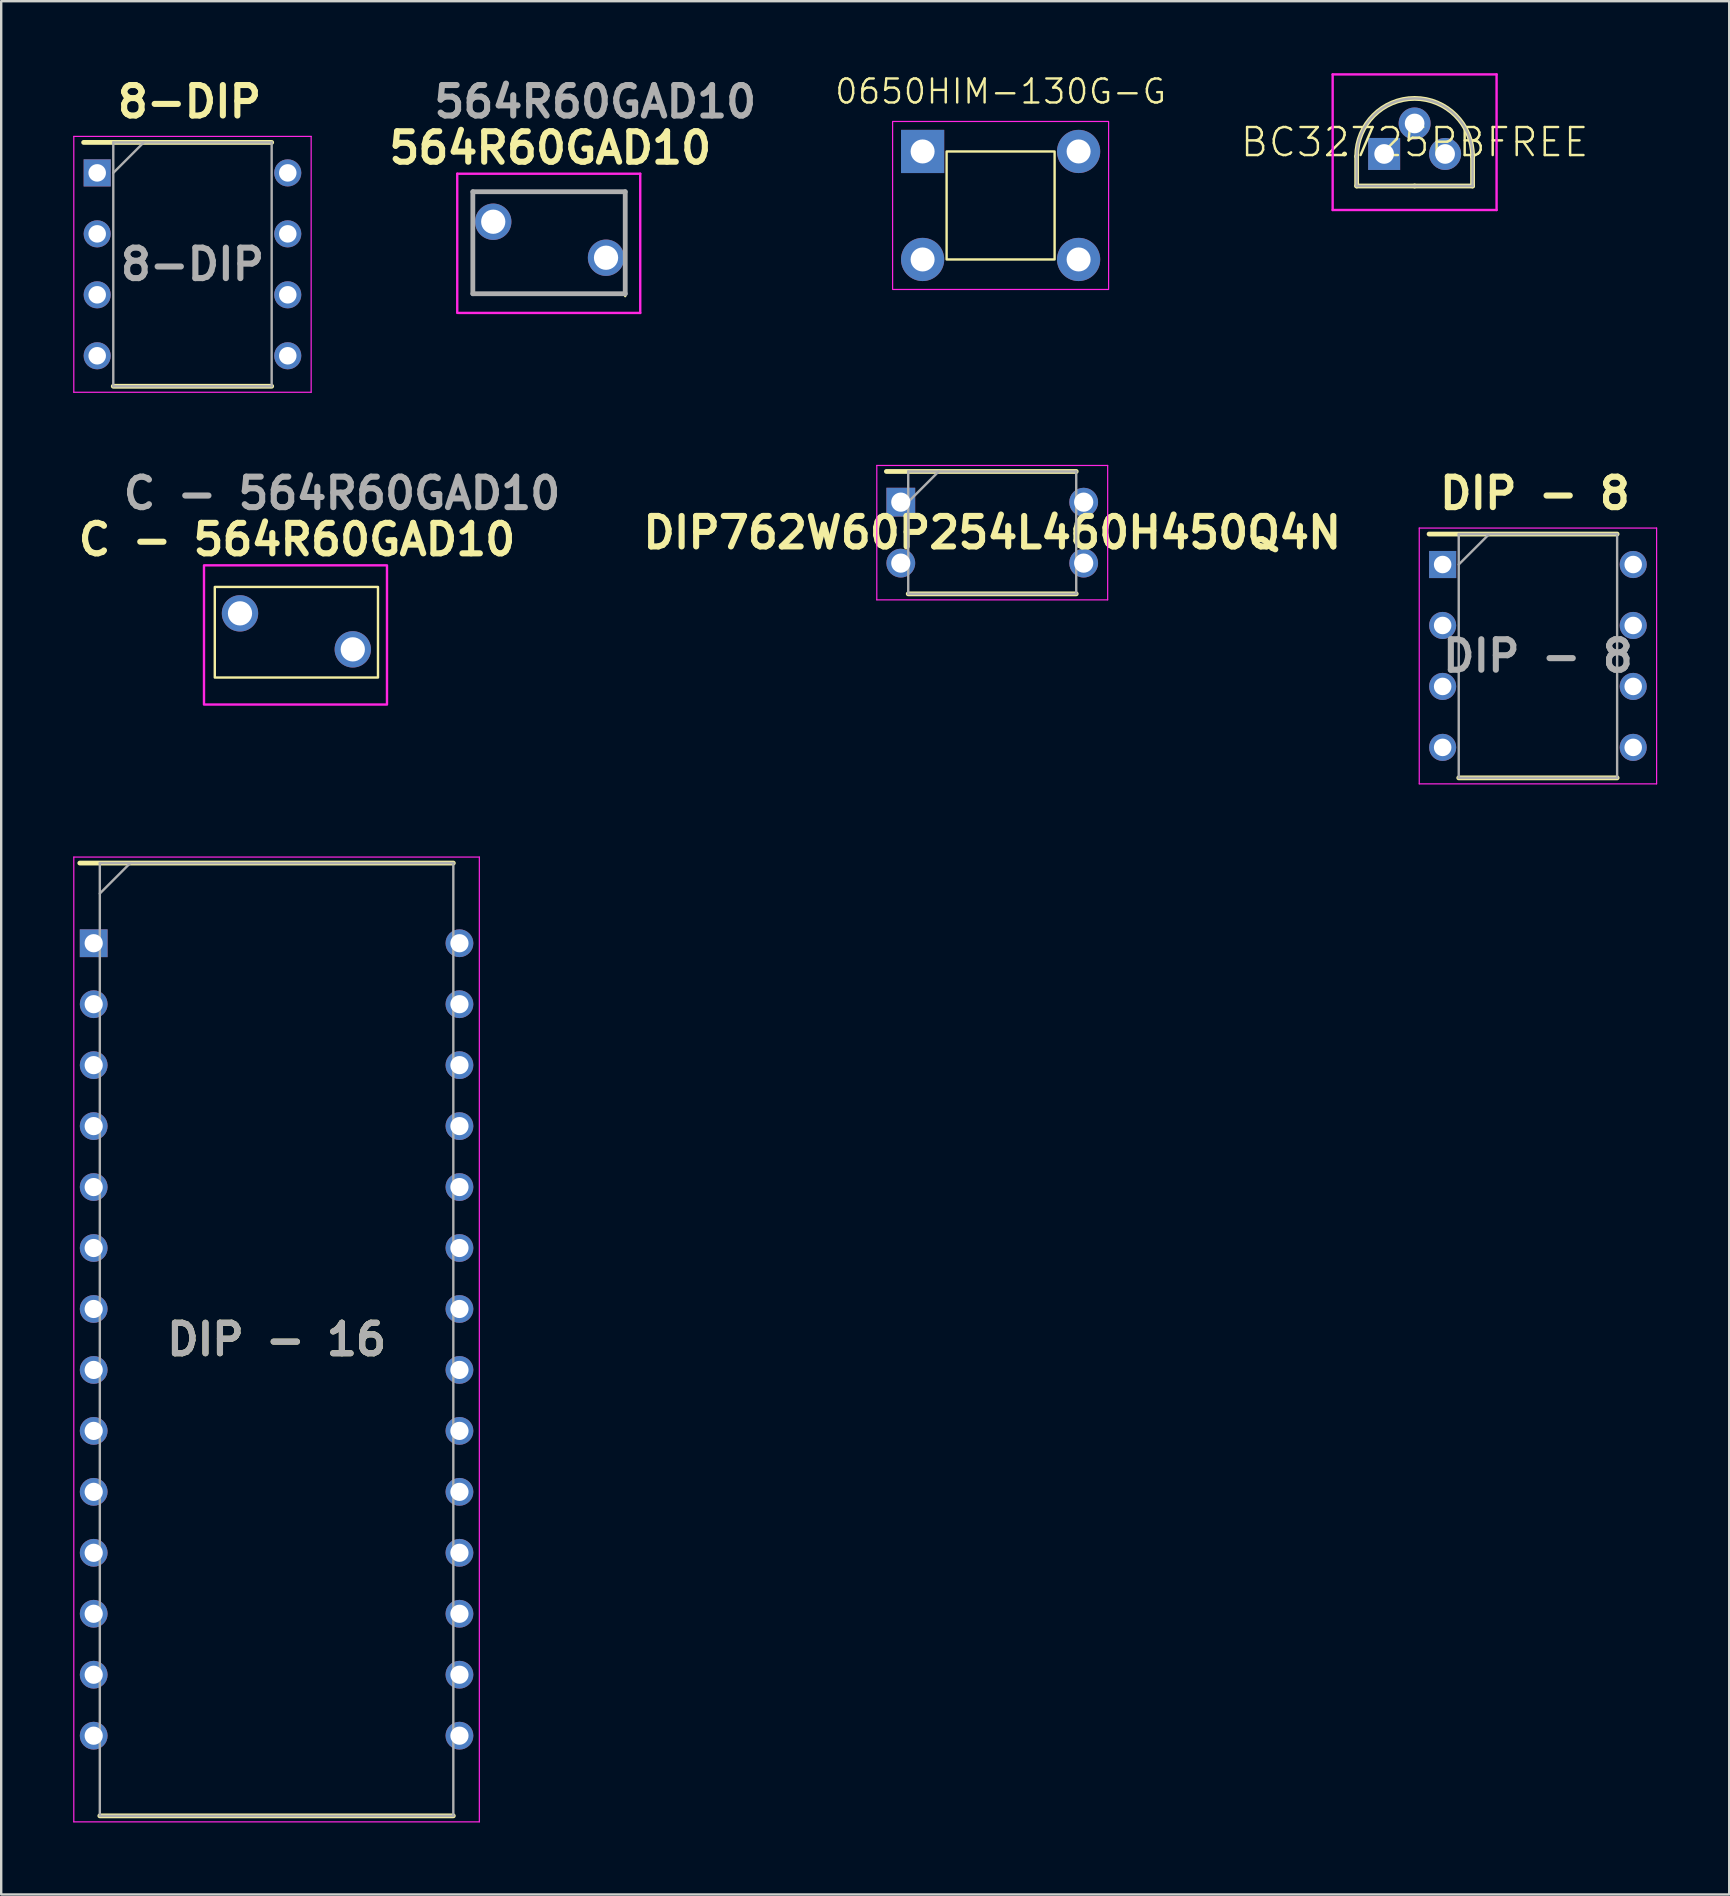
<source format=kicad_pcb>
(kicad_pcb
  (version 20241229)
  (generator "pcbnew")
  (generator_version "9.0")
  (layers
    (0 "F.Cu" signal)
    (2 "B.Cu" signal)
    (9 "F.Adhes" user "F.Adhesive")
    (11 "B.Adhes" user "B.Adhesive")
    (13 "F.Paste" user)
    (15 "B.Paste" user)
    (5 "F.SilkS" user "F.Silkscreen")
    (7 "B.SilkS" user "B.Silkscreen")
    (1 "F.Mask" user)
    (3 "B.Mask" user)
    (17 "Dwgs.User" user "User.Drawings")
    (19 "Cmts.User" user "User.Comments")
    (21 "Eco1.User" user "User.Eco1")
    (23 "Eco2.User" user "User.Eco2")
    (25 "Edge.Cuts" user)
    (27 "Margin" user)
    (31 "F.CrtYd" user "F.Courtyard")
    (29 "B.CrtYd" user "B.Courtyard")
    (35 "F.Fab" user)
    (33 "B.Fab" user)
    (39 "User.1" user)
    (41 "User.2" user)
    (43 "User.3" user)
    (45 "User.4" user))
  (footprint "8-DIP"
    (layer "F.Cu")
    (at 4.97 7.964)
    (property "Reference" "8-DIP" (at -0.125 -6.775 0) (layer "F.SilkS") (effects (font (size 1.27 1.27) (thickness 0.254))))
    (attr through_hole)
    (fp_line (start -4.535 -5.08) (end 3.3 -5.08) (stroke (width 0.2) (type solid)) (layer "F.SilkS"))
    (fp_line (start -3.3 5.08) (end 3.3 5.08) (stroke (width 0.2) (type solid)) (layer "F.SilkS"))
    (fp_line (start -4.945 -5.33) (end 4.945 -5.33) (stroke (width 0.05) (type solid)) (layer "F.CrtYd"))
    (fp_line (start -4.945 5.33) (end -4.945 -5.33) (stroke (width 0.05) (type solid)) (layer "F.CrtYd"))
    (fp_line (start 4.945 -5.33) (end 4.945 5.33) (stroke (width 0.05) (type solid)) (layer "F.CrtYd"))
    (fp_line (start 4.945 5.33) (end -4.945 5.33) (stroke (width 0.05) (type solid)) (layer "F.CrtYd"))
    (fp_line (start -3.3 -5.08) (end 3.3 -5.08) (stroke (width 0.1) (type solid)) (layer "F.Fab"))
    (fp_line (start -3.3 -3.81) (end -2.03 -5.08) (stroke (width 0.1) (type solid)) (layer "F.Fab"))
    (fp_line (start -3.3 5.08) (end -3.3 -5.08) (stroke (width 0.1) (type solid)) (layer "F.Fab"))
    (fp_line (start 3.3 -5.08) (end 3.3 5.08) (stroke (width 0.1) (type solid)) (layer "F.Fab"))
    (fp_line (start 3.3 5.08) (end -3.3 5.08) (stroke (width 0.1) (type solid)) (layer "F.Fab"))
    (fp_text user "${REFERENCE}" (at 0 0 0) (layer "F.Fab") (effects (font (size 1.27 1.27) (thickness 0.254))))
    (pad "1" thru_hole rect (at -3.97 -3.81) (size 1.13 1.13) (drill 0.73) (layers "*.Cu" "*.Mask"))
    (pad "2" thru_hole circle (at -3.97 -1.27) (size 1.13 1.13) (drill 0.73) (layers "*.Cu" "*.Mask"))
    (pad "3" thru_hole circle (at -3.97 1.27) (size 1.13 1.13) (drill 0.73) (layers "*.Cu" "*.Mask"))
    (pad "4" thru_hole circle (at -3.97 3.81) (size 1.13 1.13) (drill 0.73) (layers "*.Cu" "*.Mask"))
    (pad "5" thru_hole circle (at 3.97 3.81) (size 1.13 1.13) (drill 0.73) (layers "*.Cu" "*.Mask"))
    (pad "6" thru_hole circle (at 3.97 1.27) (size 1.13 1.13) (drill 0.73) (layers "*.Cu" "*.Mask"))
    (pad "7" thru_hole circle (at 3.97 -1.27) (size 1.13 1.13) (drill 0.73) (layers "*.Cu" "*.Mask"))
    (pad "8" thru_hole circle (at 3.97 -3.81) (size 1.13 1.13) (drill 0.73) (layers "*.Cu" "*.Mask")))
  (footprint "DIP - 16"
    (layer "F.Cu")
    (at 8.474 52.762)
    (property "Reference" "DIP - 16" (at 0 0 0) (layer "F.SilkS") (effects (font (size 1.27 1.27) (thickness 0.254))))
    (attr through_hole)
    (fp_line (start -8.199 -19.85) (end 7.365 -19.85) (stroke (width 0.2) (type solid)) (layer "F.SilkS"))
    (fp_line (start -7.365 19.85) (end 7.365 19.85) (stroke (width 0.2) (type solid)) (layer "F.SilkS"))
    (fp_line (start -8.449 -20.1) (end 8.449 -20.1) (stroke (width 0.05) (type solid)) (layer "F.CrtYd"))
    (fp_line (start -8.449 20.1) (end -8.449 -20.1) (stroke (width 0.05) (type solid)) (layer "F.CrtYd"))
    (fp_line (start 8.449 -20.1) (end 8.449 20.1) (stroke (width 0.05) (type solid)) (layer "F.CrtYd"))
    (fp_line (start 8.449 20.1) (end -8.449 20.1) (stroke (width 0.05) (type solid)) (layer "F.CrtYd"))
    (fp_line (start -7.365 -19.85) (end 7.365 -19.85) (stroke (width 0.1) (type solid)) (layer "F.Fab"))
    (fp_line (start -7.365 -18.58) (end -6.095 -19.85) (stroke (width 0.1) (type solid)) (layer "F.Fab"))
    (fp_line (start -7.365 19.85) (end -7.365 -19.85) (stroke (width 0.1) (type solid)) (layer "F.Fab"))
    (fp_line (start 7.365 -19.85) (end 7.365 19.85) (stroke (width 0.1) (type solid)) (layer "F.Fab"))
    (fp_line (start 7.365 19.85) (end -7.365 19.85) (stroke (width 0.1) (type solid)) (layer "F.Fab"))
    (fp_text user "${REFERENCE}" (at 0 0 0) (layer "F.Fab") (effects (font (size 1.27 1.27) (thickness 0.254))))
    (pad "1" thru_hole rect (at -7.62 -16.51) (size 1.158 1.158) (drill 0.758) (layers "*.Cu" "*.Mask"))
    (pad "2" thru_hole circle (at -7.62 -13.97) (size 1.158 1.158) (drill 0.758) (layers "*.Cu" "*.Mask"))
    (pad "3" thru_hole circle (at -7.62 -11.43) (size 1.158 1.158) (drill 0.758) (layers "*.Cu" "*.Mask"))
    (pad "4" thru_hole circle (at -7.62 -8.89) (size 1.158 1.158) (drill 0.758) (layers "*.Cu" "*.Mask"))
    (pad "5" thru_hole circle (at -7.62 -6.35) (size 1.158 1.158) (drill 0.758) (layers "*.Cu" "*.Mask"))
    (pad "6" thru_hole circle (at -7.62 -3.81) (size 1.158 1.158) (drill 0.758) (layers "*.Cu" "*.Mask"))
    (pad "7" thru_hole circle (at -7.62 -1.27) (size 1.158 1.158) (drill 0.758) (layers "*.Cu" "*.Mask"))
    (pad "8" thru_hole circle (at -7.62 1.27) (size 1.158 1.158) (drill 0.758) (layers "*.Cu" "*.Mask"))
    (pad "9" thru_hole circle (at -7.62 3.81) (size 1.158 1.158) (drill 0.758) (layers "*.Cu" "*.Mask"))
    (pad "10" thru_hole circle (at -7.62 6.35) (size 1.158 1.158) (drill 0.758) (layers "*.Cu" "*.Mask"))
    (pad "11" thru_hole circle (at -7.62 8.89) (size 1.158 1.158) (drill 0.758) (layers "*.Cu" "*.Mask"))
    (pad "12" thru_hole circle (at -7.62 11.43) (size 1.158 1.158) (drill 0.758) (layers "*.Cu" "*.Mask"))
    (pad "13" thru_hole circle (at -7.62 13.97) (size 1.158 1.158) (drill 0.758) (layers "*.Cu" "*.Mask"))
    (pad "14" thru_hole circle (at -7.62 16.51) (size 1.158 1.158) (drill 0.758) (layers "*.Cu" "*.Mask"))
    (pad "15" thru_hole circle (at 7.62 16.51) (size 1.158 1.158) (drill 0.758) (layers "*.Cu" "*.Mask"))
    (pad "16" thru_hole circle (at 7.62 13.97) (size 1.158 1.158) (drill 0.758) (layers "*.Cu" "*.Mask"))
    (pad "17" thru_hole circle (at 7.62 11.43) (size 1.158 1.158) (drill 0.758) (layers "*.Cu" "*.Mask"))
    (pad "18" thru_hole circle (at 7.62 8.89) (size 1.158 1.158) (drill 0.758) (layers "*.Cu" "*.Mask"))
    (pad "19" thru_hole circle (at 7.62 6.35) (size 1.158 1.158) (drill 0.758) (layers "*.Cu" "*.Mask"))
    (pad "20" thru_hole circle (at 7.62 3.81) (size 1.158 1.158) (drill 0.758) (layers "*.Cu" "*.Mask"))
    (pad "21" thru_hole circle (at 7.62 1.27) (size 1.158 1.158) (drill 0.758) (layers "*.Cu" "*.Mask"))
    (pad "22" thru_hole circle (at 7.62 -1.27) (size 1.158 1.158) (drill 0.758) (layers "*.Cu" "*.Mask"))
    (pad "23" thru_hole circle (at 7.62 -3.81) (size 1.158 1.158) (drill 0.758) (layers "*.Cu" "*.Mask"))
    (pad "24" thru_hole circle (at 7.62 -6.35) (size 1.158 1.158) (drill 0.758) (layers "*.Cu" "*.Mask"))
    (pad "25" thru_hole circle (at 7.62 -8.89) (size 1.158 1.158) (drill 0.758) (layers "*.Cu" "*.Mask"))
    (pad "26" thru_hole circle (at 7.62 -11.43) (size 1.158 1.158) (drill 0.758) (layers "*.Cu" "*.Mask"))
    (pad "27" thru_hole circle (at 7.62 -13.97) (size 1.158 1.158) (drill 0.758) (layers "*.Cu" "*.Mask"))
    (pad "28" thru_hole circle (at 7.62 -16.51) (size 1.158 1.158) (drill 0.758) (layers "*.Cu" "*.Mask")))
  (footprint "C - 564R60GAD10"
    (layer "F.Cu")
    (at 6.45 22.507)
    (property "Reference" "C - 564R60GAD10" (at 2.875 -3.075 0) (layer "F.SilkS") (effects (font (size 1.27 1.27) (thickness 0.254))))
    (attr through_hole)
    (fp_rect (start -0.55 -1.1) (end 6.25 2.675) (stroke (width 0.1) (type default)) (fill no) (layer "F.SilkS"))
    (fp_rect (start -1 -2) (end 6.625 3.8) (stroke (width 0.1) (type solid)) (fill no) (layer "F.CrtYd"))
    (fp_text user "${REFERENCE}" (at 4.75 -5 0) (layer "F.Fab") (effects (font (size 1.27 1.27) (thickness 0.254))))
    (pad "1" thru_hole circle (at 0.5 0) (size 1.515 1.515) (drill 1.01) (layers "*.Cu" "*.Mask"))
    (pad "2" thru_hole circle (at 5.2 1.5) (size 1.515 1.515) (drill 1.01) (layers "*.Cu" "*.Mask")))
  (footprint "564R60GAD10"
    (layer "F.Cu")
    (at 17.002 6.189)
    (property "Reference" "564R60GAD10" (at 2.875 -3.075 0) (layer "F.SilkS") (effects (font (size 1.27 1.27) (thickness 0.254))))
    (attr through_hole)
    (fp_line (start -0.35 1.3) (end -0.35 3) (stroke (width 0.1) (type solid)) (layer "F.SilkS"))
    (fp_line (start -0.25 -1.25) (end 6 -1.25) (stroke (width 0.1) (type solid)) (layer "F.SilkS"))
    (fp_line (start 0 3) (end 6 3) (stroke (width 0.1) (type solid)) (layer "F.SilkS"))
    (fp_line (start 6 -1.25) (end 6 3.1) (stroke (width 0.1) (type solid)) (layer "F.SilkS"))
    (fp_line (start -1 -2) (end 6.625 -2) (stroke (width 0.1) (type solid)) (layer "F.CrtYd"))
    (fp_line (start -1 3.8) (end -1 -2) (stroke (width 0.1) (type solid)) (layer "F.CrtYd"))
    (fp_line (start 6.625 -2) (end 6.625 3.8) (stroke (width 0.1) (type solid)) (layer "F.CrtYd"))
    (fp_line (start 6.625 3.8) (end -0.95 3.8) (stroke (width 0.1) (type solid)) (layer "F.CrtYd"))
    (fp_line (start -0.35 -1.25) (end 6 -1.25) (stroke (width 0.2) (type solid)) (layer "F.Fab"))
    (fp_line (start -0.35 3) (end -0.35 -1.25) (stroke (width 0.2) (type solid)) (layer "F.Fab"))
    (fp_line (start 6 -1.25) (end 6 3) (stroke (width 0.2) (type solid)) (layer "F.Fab"))
    (fp_line (start 6 3) (end -0.35 3) (stroke (width 0.2) (type solid)) (layer "F.Fab"))
    (fp_text user "${REFERENCE}" (at 4.75 -5 0) (layer "F.Fab") (effects (font (size 1.27 1.27) (thickness 0.254))))
    (pad "1" thru_hole circle (at 0.5 0) (size 1.515 1.515) (drill 1.01) (layers "*.Cu" "*.Mask"))
    (pad "2" thru_hole circle (at 5.2 1.5) (size 1.515 1.515) (drill 1.01) (layers "*.Cu" "*.Mask")))
  (footprint "DIP762W60P254L460H450Q4N"
    (layer "F.Cu")
    (at 38.294 19.144)
    (property "Reference" "DIP762W60P254L460H450Q4N" (at 0 0 0) (layer "F.SilkS") (effects (font (size 1.27 1.27) (thickness 0.254))))
    (attr through_hole)
    (fp_line (start -4.41 -2.55) (end 3.5 -2.55) (stroke (width 0.2) (type solid)) (layer "F.SilkS"))
    (fp_line (start -3.5 2.55) (end 3.5 2.55) (stroke (width 0.2) (type solid)) (layer "F.SilkS"))
    (fp_line (start -4.81 -2.8) (end 4.81 -2.8) (stroke (width 0.05) (type solid)) (layer "F.CrtYd"))
    (fp_line (start -4.81 2.8) (end -4.81 -2.8) (stroke (width 0.05) (type solid)) (layer "F.CrtYd"))
    (fp_line (start 4.81 -2.8) (end 4.81 2.8) (stroke (width 0.05) (type solid)) (layer "F.CrtYd"))
    (fp_line (start 4.81 2.8) (end -4.81 2.8) (stroke (width 0.05) (type solid)) (layer "F.CrtYd"))
    (fp_line (start -3.5 -2.55) (end 3.5 -2.55) (stroke (width 0.1) (type solid)) (layer "F.Fab"))
    (fp_line (start -3.5 -1.28) (end -2.23 -2.55) (stroke (width 0.1) (type solid)) (layer "F.Fab"))
    (fp_line (start -3.5 2.55) (end -3.5 -2.55) (stroke (width 0.1) (type solid)) (layer "F.Fab"))
    (fp_line (start 3.5 -2.55) (end 3.5 2.55) (stroke (width 0.1) (type solid)) (layer "F.Fab"))
    (fp_line (start 3.5 2.55) (end -3.5 2.55) (stroke (width 0.1) (type solid)) (layer "F.Fab"))
    (pad "1" thru_hole rect (at -3.81 -1.27) (size 1.2 1.2) (drill 0.8) (layers "*.Cu" "*.Mask"))
    (pad "2" thru_hole circle (at -3.81 1.27) (size 1.2 1.2) (drill 0.8) (layers "*.Cu" "*.Mask"))
    (pad "3" thru_hole circle (at 3.81 1.27) (size 1.2 1.2) (drill 0.8) (layers "*.Cu" "*.Mask"))
    (pad "4" thru_hole circle (at 3.81 -1.27) (size 1.2 1.2) (drill 0.8) (layers "*.Cu" "*.Mask")))
  (footprint "BC32725PBFREE"
    (layer "F.Cu")
    (at 54.624 3.365)
    (property "Reference" "BC32725PBFREE" (at 1.27 -0.49 0) (unlocked yes) (layer "F.SilkS") (effects (font (size 1.168 1.168) (thickness 0.102))))
    (fp_line (start -1.7 0) (end -1.7 0) (stroke (width 0.1) (type solid)) (layer "F.SilkS"))
    (fp_line (start -1.6 0) (end -1.6 0) (stroke (width 0.1) (type solid)) (layer "F.SilkS"))
    (fp_line (start -1.145 0.1) (end -1.145 1.335) (stroke (width 0.2) (type solid)) (layer "F.SilkS"))
    (fp_line (start -1.145 1.335) (end 1.27 1.335) (stroke (width 0.2) (type solid)) (layer "F.SilkS"))
    (fp_line (start 1.27 1.335) (end 3.685 1.335) (stroke (width 0.2) (type solid)) (layer "F.SilkS"))
    (fp_line (start 3.685 0.1) (end 3.685 0.1) (stroke (width 0.2) (type solid)) (layer "F.SilkS"))
    (fp_line (start 3.685 1.335) (end 3.685 0.1) (stroke (width 0.2) (type solid)) (layer "F.SilkS"))
    (fp_arc (start -1.7 0) (mid -1.65 -0.05) (end -1.6 0) (stroke (width 0.1) (type solid)) (layer "F.SilkS"))
    (fp_arc (start -1.6 0) (mid -1.65 0.05) (end -1.7 0) (stroke (width 0.1) (type solid)) (layer "F.SilkS"))
    (fp_arc (start -1.145 0.1) (mid 1.27 -2.315) (end 3.685 0.1) (stroke (width 0.2) (type solid)) (layer "F.SilkS"))
    (fp_line (start -2.145 -3.315) (end 4.685 -3.315) (stroke (width 0.1) (type solid)) (layer "F.CrtYd"))
    (fp_line (start -2.145 2.335) (end -2.145 -3.315) (stroke (width 0.1) (type solid)) (layer "F.CrtYd"))
    (fp_line (start 4.685 -3.315) (end 4.685 2.335) (stroke (width 0.1) (type solid)) (layer "F.CrtYd"))
    (fp_line (start 4.685 2.335) (end -2.145 2.335) (stroke (width 0.1) (type solid)) (layer "F.CrtYd"))
    (fp_line (start -1.145 0.1) (end -1.145 1.335) (stroke (width 0.1) (type solid)) (layer "F.Fab"))
    (fp_line (start -1.145 1.335) (end 1.27 1.335) (stroke (width 0.1) (type solid)) (layer "F.Fab"))
    (fp_line (start 1.27 1.335) (end 3.685 1.335) (stroke (width 0.1) (type solid)) (layer "F.Fab"))
    (fp_line (start 3.685 0.1) (end 3.685 0.1) (stroke (width 0.1) (type solid)) (layer "F.Fab"))
    (fp_line (start 3.685 1.335) (end 3.685 0.1) (stroke (width 0.1) (type solid)) (layer "F.Fab"))
    (fp_arc (start -1.145 0.1) (mid 1.27 -2.315) (end 3.685 0.1) (stroke (width 0.1) (type solid)) (layer "F.Fab"))
    (pad "1" thru_hole rect (at 0 0) (size 1.333 1.333) (drill 0.82) (layers "*.Cu" "*.Mask"))
    (pad "2" thru_hole circle (at 1.27 -1.27) (size 1.333 1.333) (drill 0.82) (layers "*.Cu" "*.Mask"))
    (pad "3" thru_hole circle (at 2.54 0) (size 1.333 1.333) (drill 0.82) (layers "*.Cu" "*.Mask")))
  (footprint "0650HIM-130G-G"
    (layer "F.Cu")
    (at 38.643 5.511)
    (property "Reference" "0650HIM-130G-G" (at 0 -4.75 0) (unlocked yes) (layer "F.SilkS") (effects (font (size 1 1) (thickness 0.1))))
    (attr through_hole)
    (fp_rect (start -2.25 -2.25) (end 2.25 2.25) (stroke (width 0.1) (type solid)) (fill no) (layer "F.SilkS"))
    (fp_rect (start -4.5 -3.5) (end 4.5 3.5) (stroke (width 0.05) (type solid)) (fill no) (layer "F.CrtYd"))
    (pad "1" thru_hole rect (at -3.25 -2.25) (size 1.8 1.8) (drill 1) (layers "*.Cu" "*.Mask"))
    (pad "2" thru_hole circle (at 3.25 -2.25) (size 1.8 1.8) (drill 1) (layers "*.Cu" "*.Mask"))
    (pad "3" thru_hole circle (at -3.25 2.25) (size 1.8 1.8) (drill 1) (layers "*.Cu" "*.Mask"))
    (pad "4" thru_hole circle (at 3.25 2.25) (size 1.8 1.8) (drill 1) (layers "*.Cu" "*.Mask")))
  (footprint "DIP - 8"
    (layer "F.Cu")
    (at 61.032 24.282)
    (property "Reference" "DIP - 8" (at -0.125 -6.775 0) (layer "F.SilkS") (effects (font (size 1.27 1.27) (thickness 0.254))))
    (attr through_hole)
    (fp_line (start -4.535 -5.08) (end 3.3 -5.08) (stroke (width 0.2) (type solid)) (layer "F.SilkS"))
    (fp_line (start -3.3 5.08) (end 3.3 5.08) (stroke (width 0.2) (type solid)) (layer "F.SilkS"))
    (fp_line (start -4.945 -5.33) (end 4.945 -5.33) (stroke (width 0.05) (type solid)) (layer "F.CrtYd"))
    (fp_line (start -4.945 5.33) (end -4.945 -5.33) (stroke (width 0.05) (type solid)) (layer "F.CrtYd"))
    (fp_line (start 4.945 -5.33) (end 4.945 5.33) (stroke (width 0.05) (type solid)) (layer "F.CrtYd"))
    (fp_line (start 4.945 5.33) (end -4.945 5.33) (stroke (width 0.05) (type solid)) (layer "F.CrtYd"))
    (fp_line (start -3.3 -5.08) (end 3.3 -5.08) (stroke (width 0.1) (type solid)) (layer "F.Fab"))
    (fp_line (start -3.3 -3.81) (end -2.03 -5.08) (stroke (width 0.1) (type solid)) (layer "F.Fab"))
    (fp_line (start -3.3 5.08) (end -3.3 -5.08) (stroke (width 0.1) (type solid)) (layer "F.Fab"))
    (fp_line (start 3.3 -5.08) (end 3.3 5.08) (stroke (width 0.1) (type solid)) (layer "F.Fab"))
    (fp_line (start 3.3 5.08) (end -3.3 5.08) (stroke (width 0.1) (type solid)) (layer "F.Fab"))
    (fp_text user "${REFERENCE}" (at 0 0 0) (layer "F.Fab") (effects (font (size 1.27 1.27) (thickness 0.254))))
    (pad "1" thru_hole rect (at -3.97 -3.81) (size 1.13 1.13) (drill 0.73) (layers "*.Cu" "*.Mask"))
    (pad "2" thru_hole circle (at -3.97 -1.27) (size 1.13 1.13) (drill 0.73) (layers "*.Cu" "*.Mask"))
    (pad "3" thru_hole circle (at -3.97 1.27) (size 1.13 1.13) (drill 0.73) (layers "*.Cu" "*.Mask"))
    (pad "4" thru_hole circle (at -3.97 3.81) (size 1.13 1.13) (drill 0.73) (layers "*.Cu" "*.Mask"))
    (pad "5" thru_hole circle (at 3.97 3.81) (size 1.13 1.13) (drill 0.73) (layers "*.Cu" "*.Mask"))
    (pad "6" thru_hole circle (at 3.97 1.27) (size 1.13 1.13) (drill 0.73) (layers "*.Cu" "*.Mask"))
    (pad "7" thru_hole circle (at 3.97 -1.27) (size 1.13 1.13) (drill 0.73) (layers "*.Cu" "*.Mask"))
    (pad "8" thru_hole circle (at 3.97 -3.81) (size 1.13 1.13) (drill 0.73) (layers "*.Cu" "*.Mask")))
  (gr_rect
    (start -3 -3)
    (end 69.002 75.887)
    (stroke (width 0.1) (type default))
    (fill no)
    (layer "Edge.Cuts")))
</source>
